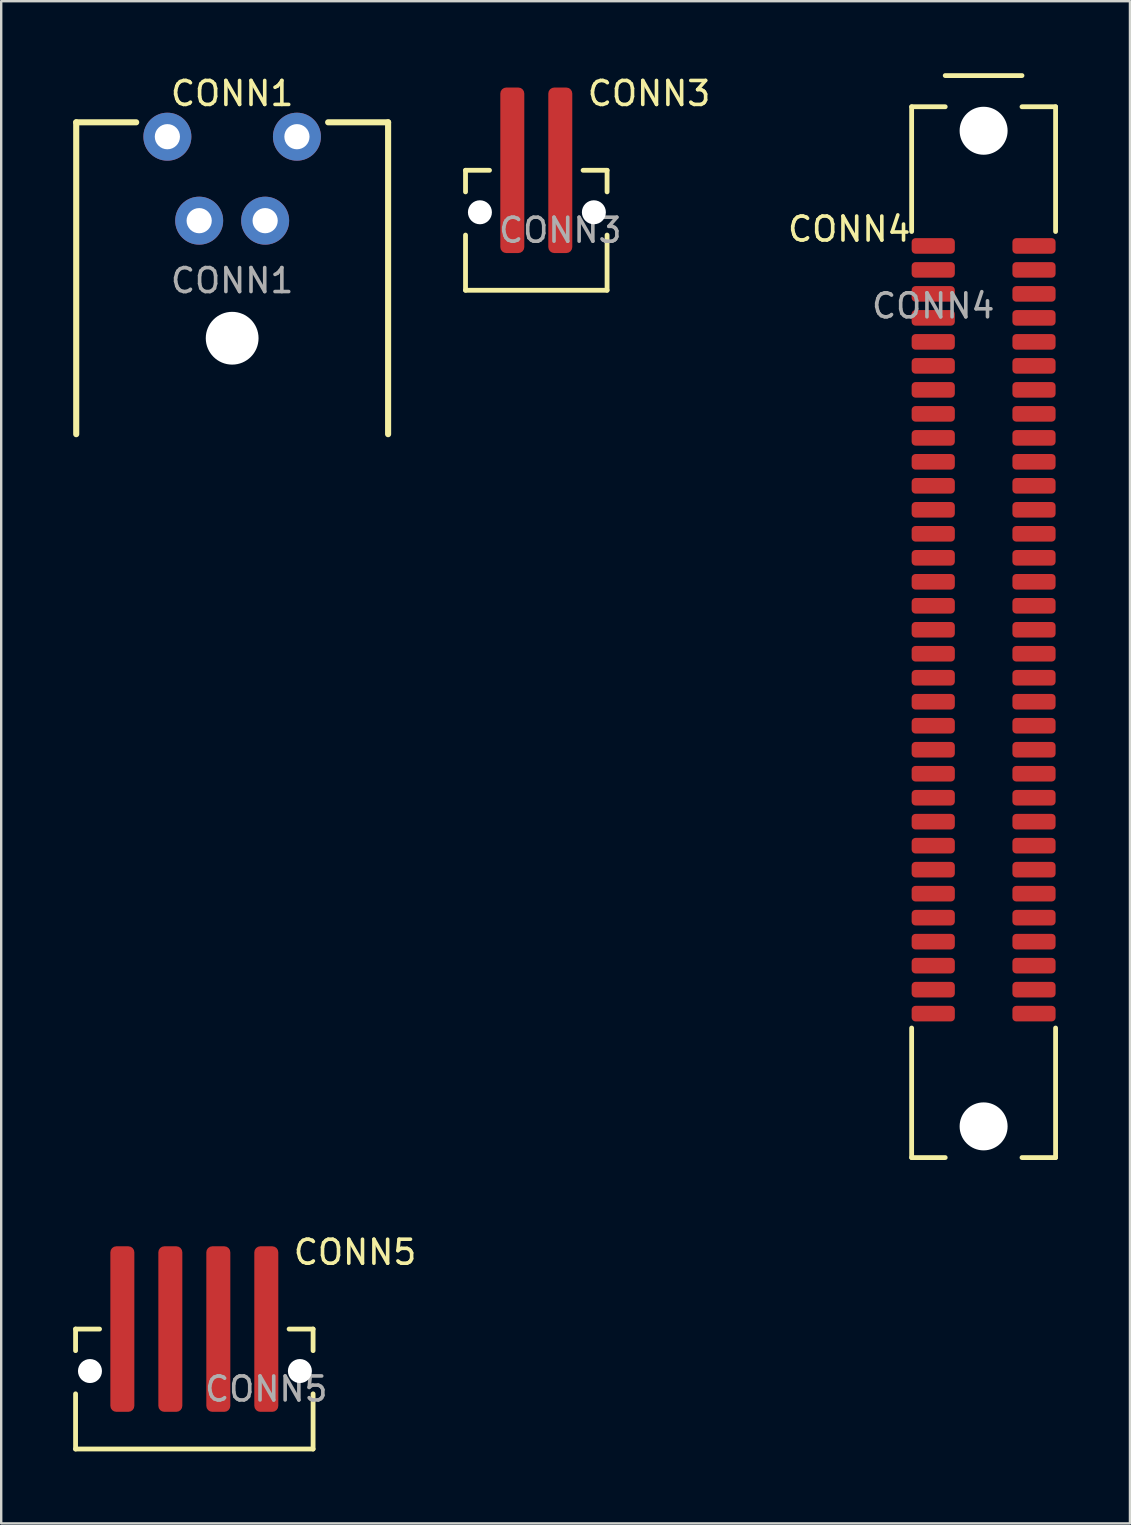
<source format=kicad_pcb>
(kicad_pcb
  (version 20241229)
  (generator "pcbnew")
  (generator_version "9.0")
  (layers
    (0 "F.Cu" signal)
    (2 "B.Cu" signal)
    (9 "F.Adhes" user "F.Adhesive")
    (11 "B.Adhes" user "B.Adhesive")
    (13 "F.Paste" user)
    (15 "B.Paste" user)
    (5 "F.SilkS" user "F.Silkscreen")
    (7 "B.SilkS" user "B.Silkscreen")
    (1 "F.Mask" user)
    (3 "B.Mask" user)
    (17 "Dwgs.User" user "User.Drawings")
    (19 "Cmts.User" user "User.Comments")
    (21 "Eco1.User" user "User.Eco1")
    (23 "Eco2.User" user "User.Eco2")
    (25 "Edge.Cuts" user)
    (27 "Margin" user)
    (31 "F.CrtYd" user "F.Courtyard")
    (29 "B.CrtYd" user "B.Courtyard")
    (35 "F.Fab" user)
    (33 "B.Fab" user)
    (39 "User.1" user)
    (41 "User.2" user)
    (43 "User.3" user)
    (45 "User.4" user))
  (footprint "CONN5"
    (layer "F.Cu")
    (at 8.05 52.348)
    (property "Reference" "CONN5" (at 3.7 -3.2 0) (unlocked yes) (layer "F.SilkS") (effects (font (size 1 1) (thickness 0.15))))
    (attr smd)
    (fp_line (start -7.95 0) (end -7.95 0.9) (stroke (width 0.2) (type default)) (layer "F.SilkS"))
    (fp_line (start -7.95 0) (end -6.95 0) (stroke (width 0.2) (type default)) (layer "F.SilkS"))
    (fp_line (start -7.95 5) (end -7.95 2.7) (stroke (width 0.2) (type default)) (layer "F.SilkS"))
    (fp_line (start 0.95 0) (end 1.95 0) (stroke (width 0.2) (type default)) (layer "F.SilkS"))
    (fp_line (start 1.95 0) (end 1.95 0.9) (stroke (width 0.2) (type default)) (layer "F.SilkS"))
    (fp_line (start 1.95 2.7) (end 1.95 5) (stroke (width 0.2) (type default)) (layer "F.SilkS"))
    (fp_line (start 1.95 5) (end -7.95 5) (stroke (width 0.2) (type default)) (layer "F.SilkS"))
    (fp_text user "${REFERENCE}" (at 0 2.5 0) (unlocked yes) (layer "F.Fab") (effects (font (size 1 1) (thickness 0.15))))
    (pad "" np_thru_hole circle (at -7.35 1.75) (size 1 1) (drill 1) (layers "*.Cu" "*.Mask"))
    (pad "" np_thru_hole circle (at 1.4 1.75) (size 1 1) (drill 1) (layers "*.Cu" "*.Mask"))
    (pad "1" smd roundrect (at 0 0) (size 1 6.9) (layers "F.Cu" "F.Mask" "F.Paste") (roundrect_rratio 0.25))
    (pad "2" smd roundrect (at -2 0) (size 1 6.9) (layers "F.Cu" "F.Mask" "F.Paste") (roundrect_rratio 0.25))
    (pad "3" smd roundrect (at -4 0) (size 1 6.9) (layers "F.Cu" "F.Mask" "F.Paste") (roundrect_rratio 0.25))
    (pad "4" smd roundrect (at -6 0) (size 1 6.9) (layers "F.Cu" "F.Mask" "F.Paste") (roundrect_rratio 0.25)))
  (footprint "CONN3"
    (layer "F.Cu")
    (at 20.304 4.048)
    (property "Reference" "CONN3" (at 3.7 -3.2 0) (unlocked yes) (layer "F.SilkS") (effects (font (size 1 1) (thickness 0.15))))
    (attr smd)
    (fp_line (start -3.95 0) (end -3.95 0.9) (stroke (width 0.2) (type default)) (layer "F.SilkS"))
    (fp_line (start -3.95 0) (end -2.95 0) (stroke (width 0.2) (type default)) (layer "F.SilkS"))
    (fp_line (start -3.95 5) (end -3.95 2.7) (stroke (width 0.2) (type default)) (layer "F.SilkS"))
    (fp_line (start 0.95 0) (end 1.95 0) (stroke (width 0.2) (type default)) (layer "F.SilkS"))
    (fp_line (start 1.95 0) (end 1.95 0.9) (stroke (width 0.2) (type default)) (layer "F.SilkS"))
    (fp_line (start 1.95 2.7) (end 1.95 5) (stroke (width 0.2) (type default)) (layer "F.SilkS"))
    (fp_line (start 1.95 5) (end -3.95 5) (stroke (width 0.2) (type default)) (layer "F.SilkS"))
    (fp_text user "${REFERENCE}" (at 0 2.5 0) (unlocked yes) (layer "F.Fab") (effects (font (size 1 1) (thickness 0.15))))
    (pad "" np_thru_hole circle (at -3.35 1.75) (size 1 1) (drill 1) (layers "*.Cu" "*.Mask"))
    (pad "" np_thru_hole circle (at 1.4 1.75) (size 1 1) (drill 1) (layers "*.Cu" "*.Mask"))
    (pad "1" smd roundrect (at 0 0) (size 1 6.9) (layers "F.Cu" "F.Mask" "F.Paste") (roundrect_rratio 0.25))
    (pad "2" smd roundrect (at -2 0) (size 1 6.9) (layers "F.Cu" "F.Mask" "F.Paste") (roundrect_rratio 0.25)))
  (footprint "CONN1"
    (layer "F.Cu")
    (at 6.627 6.148)
    (property "Reference" "CONN1" (at 0 -5.3 0) (unlocked yes) (layer "F.SilkS") (effects (font (size 1 1) (thickness 0.15))))
    (attr through_hole)
    (fp_line (start -6.5 -4.1) (end -6.5 8.9) (stroke (width 0.254) (type default)) (layer "F.SilkS"))
    (fp_line (start -4 -4.1) (end -6.5 -4.1) (stroke (width 0.254) (type default)) (layer "F.SilkS"))
    (fp_line (start 6.5 -4.1) (end 4 -4.1) (stroke (width 0.254) (type default)) (layer "F.SilkS"))
    (fp_line (start 6.5 -4.1) (end 6.5 8.9) (stroke (width 0.254) (type default)) (layer "F.SilkS"))
    (fp_text user "${REFERENCE}" (at 0 2.5 0) (unlocked yes) (layer "F.Fab") (effects (font (size 1 1) (thickness 0.15))))
    (pad "" np_thru_hole circle (at 0 4.9) (size 2.2 2.2) (drill 2.2) (layers "*.Cu" "*.Mask"))
    (pad "1" thru_hole circle (at -2.7 -3.5) (size 2 2) (drill 1.05) (layers "*.Cu" "*.Mask"))
    (pad "2" thru_hole circle (at -1.375 0) (size 2 2) (drill 1.05) (layers "*.Cu" "*.Mask"))
    (pad "3" thru_hole circle (at 1.375 0) (size 2 2) (drill 1.05) (layers "*.Cu" "*.Mask"))
    (pad "4" thru_hole circle (at 2.7 -3.5) (size 2 2) (drill 1.05) (layers "*.Cu" "*.Mask")))
  (footprint "CONN4"
    (layer "F.Cu")
    (at 35.849 7.2)
    (property "Reference" "CONN4" (at -3.5 -0.7 0) (unlocked yes) (layer "F.SilkS") (effects (font (size 1 1) (thickness 0.15))))
    (attr smd)
    (fp_line (start -0.9 -5.8) (end 0.5 -5.8) (stroke (width 0.2) (type default)) (layer "F.SilkS"))
    (fp_line (start -0.9 -0.6) (end -0.9 -5.8) (stroke (width 0.2) (type default)) (layer "F.SilkS"))
    (fp_line (start -0.9 32.6) (end -0.9 38) (stroke (width 0.2) (type default)) (layer "F.SilkS"))
    (fp_line (start 0.5 -7.1) (end 3.7 -7.1) (stroke (width 0.2) (type default)) (layer "F.SilkS"))
    (fp_line (start 0.5 38) (end -0.9 38) (stroke (width 0.2) (type default)) (layer "F.SilkS"))
    (fp_line (start 3.7 -5.8) (end 5.1 -5.8) (stroke (width 0.2) (type default)) (layer "F.SilkS"))
    (fp_line (start 5.1 -0.6) (end 5.1 -5.8) (stroke (width 0.2) (type default)) (layer "F.SilkS"))
    (fp_line (start 5.1 32.6) (end 5.1 38) (stroke (width 0.2) (type default)) (layer "F.SilkS"))
    (fp_line (start 5.1 38) (end 3.7 38) (stroke (width 0.2) (type default)) (layer "F.SilkS"))
    (fp_text user "${REFERENCE}" (at 0 2.5 0) (unlocked yes) (layer "F.Fab") (effects (font (size 1 1) (thickness 0.15))))
    (pad "" np_thru_hole circle (at 2.1 -4.8) (size 2 2) (drill 2) (layers "*.Cu" "*.Mask"))
    (pad "" np_thru_hole circle (at 2.1 36.7 180) (size 2 2) (drill 2) (layers "*.Cu" "*.Mask"))
    (pad "1" smd roundrect (at 0 0) (size 1.8 0.65) (layers "F.Cu" "F.Mask" "F.Paste") (roundrect_rratio 0.25))
    (pad "2" smd roundrect (at 0 1) (size 1.8 0.65) (layers "F.Cu" "F.Mask" "F.Paste") (roundrect_rratio 0.25))
    (pad "3" smd roundrect (at 0 2) (size 1.8 0.65) (layers "F.Cu" "F.Mask" "F.Paste") (roundrect_rratio 0.25))
    (pad "4" smd roundrect (at 0 3) (size 1.8 0.65) (layers "F.Cu" "F.Mask" "F.Paste") (roundrect_rratio 0.25))
    (pad "5" smd roundrect (at 0 4) (size 1.8 0.65) (layers "F.Cu" "F.Mask" "F.Paste") (roundrect_rratio 0.25))
    (pad "6" smd roundrect (at 0 5) (size 1.8 0.65) (layers "F.Cu" "F.Mask" "F.Paste") (roundrect_rratio 0.25))
    (pad "7" smd roundrect (at 0 6) (size 1.8 0.65) (layers "F.Cu" "F.Mask" "F.Paste") (roundrect_rratio 0.25))
    (pad "8" smd roundrect (at 0 7) (size 1.8 0.65) (layers "F.Cu" "F.Mask" "F.Paste") (roundrect_rratio 0.25))
    (pad "9" smd roundrect (at 0 8) (size 1.8 0.65) (layers "F.Cu" "F.Mask" "F.Paste") (roundrect_rratio 0.25))
    (pad "10" smd roundrect (at 0 9) (size 1.8 0.65) (layers "F.Cu" "F.Mask" "F.Paste") (roundrect_rratio 0.25))
    (pad "11" smd roundrect (at 0 10) (size 1.8 0.65) (layers "F.Cu" "F.Mask" "F.Paste") (roundrect_rratio 0.25))
    (pad "12" smd roundrect (at 0 11) (size 1.8 0.65) (layers "F.Cu" "F.Mask" "F.Paste") (roundrect_rratio 0.25))
    (pad "13" smd roundrect (at 0 12) (size 1.8 0.65) (layers "F.Cu" "F.Mask" "F.Paste") (roundrect_rratio 0.25))
    (pad "14" smd roundrect (at 0 13) (size 1.8 0.65) (layers "F.Cu" "F.Mask" "F.Paste") (roundrect_rratio 0.25))
    (pad "15" smd roundrect (at 0 14) (size 1.8 0.65) (layers "F.Cu" "F.Mask" "F.Paste") (roundrect_rratio 0.25))
    (pad "16" smd roundrect (at 0 15) (size 1.8 0.65) (layers "F.Cu" "F.Mask" "F.Paste") (roundrect_rratio 0.25))
    (pad "17" smd roundrect (at 0 16) (size 1.8 0.65) (layers "F.Cu" "F.Mask" "F.Paste") (roundrect_rratio 0.25))
    (pad "18" smd roundrect (at 0 17) (size 1.8 0.65) (layers "F.Cu" "F.Mask" "F.Paste") (roundrect_rratio 0.25))
    (pad "19" smd roundrect (at 0 18) (size 1.8 0.65) (layers "F.Cu" "F.Mask" "F.Paste") (roundrect_rratio 0.25))
    (pad "20" smd roundrect (at 0 19) (size 1.8 0.65) (layers "F.Cu" "F.Mask" "F.Paste") (roundrect_rratio 0.25))
    (pad "21" smd roundrect (at 0 20) (size 1.8 0.65) (layers "F.Cu" "F.Mask" "F.Paste") (roundrect_rratio 0.25))
    (pad "22" smd roundrect (at 0 21) (size 1.8 0.65) (layers "F.Cu" "F.Mask" "F.Paste") (roundrect_rratio 0.25))
    (pad "23" smd roundrect (at 0 22) (size 1.8 0.65) (layers "F.Cu" "F.Mask" "F.Paste") (roundrect_rratio 0.25))
    (pad "24" smd roundrect (at 0 23) (size 1.8 0.65) (layers "F.Cu" "F.Mask" "F.Paste") (roundrect_rratio 0.25))
    (pad "25" smd roundrect (at 0 24) (size 1.8 0.65) (layers "F.Cu" "F.Mask" "F.Paste") (roundrect_rratio 0.25))
    (pad "26" smd roundrect (at 0 25) (size 1.8 0.65) (layers "F.Cu" "F.Mask" "F.Paste") (roundrect_rratio 0.25))
    (pad "27" smd roundrect (at 0 26) (size 1.8 0.65) (layers "F.Cu" "F.Mask" "F.Paste") (roundrect_rratio 0.25))
    (pad "28" smd roundrect (at 0 27) (size 1.8 0.65) (layers "F.Cu" "F.Mask" "F.Paste") (roundrect_rratio 0.25))
    (pad "29" smd roundrect (at 0 28) (size 1.8 0.65) (layers "F.Cu" "F.Mask" "F.Paste") (roundrect_rratio 0.25))
    (pad "30" smd roundrect (at 0 29) (size 1.8 0.65) (layers "F.Cu" "F.Mask" "F.Paste") (roundrect_rratio 0.25))
    (pad "31" smd roundrect (at 0 30) (size 1.8 0.65) (layers "F.Cu" "F.Mask" "F.Paste") (roundrect_rratio 0.25))
    (pad "32" smd roundrect (at 0 31) (size 1.8 0.65) (layers "F.Cu" "F.Mask" "F.Paste") (roundrect_rratio 0.25))
    (pad "33" smd roundrect (at 0 32) (size 1.8 0.65) (layers "F.Cu" "F.Mask" "F.Paste") (roundrect_rratio 0.25))
    (pad "34" smd roundrect (at 4.2 0) (size 1.8 0.65) (layers "F.Cu" "F.Mask" "F.Paste") (roundrect_rratio 0.25))
    (pad "35" smd roundrect (at 4.2 1) (size 1.8 0.65) (layers "F.Cu" "F.Mask" "F.Paste") (roundrect_rratio 0.25))
    (pad "36" smd roundrect (at 4.2 2) (size 1.8 0.65) (layers "F.Cu" "F.Mask" "F.Paste") (roundrect_rratio 0.25))
    (pad "37" smd roundrect (at 4.2 3) (size 1.8 0.65) (layers "F.Cu" "F.Mask" "F.Paste") (roundrect_rratio 0.25))
    (pad "38" smd roundrect (at 4.2 4) (size 1.8 0.65) (layers "F.Cu" "F.Mask" "F.Paste") (roundrect_rratio 0.25))
    (pad "39" smd roundrect (at 4.2 5) (size 1.8 0.65) (layers "F.Cu" "F.Mask" "F.Paste") (roundrect_rratio 0.25))
    (pad "40" smd roundrect (at 4.2 6) (size 1.8 0.65) (layers "F.Cu" "F.Mask" "F.Paste") (roundrect_rratio 0.25))
    (pad "41" smd roundrect (at 4.2 7) (size 1.8 0.65) (layers "F.Cu" "F.Mask" "F.Paste") (roundrect_rratio 0.25))
    (pad "42" smd roundrect (at 4.2 8) (size 1.8 0.65) (layers "F.Cu" "F.Mask" "F.Paste") (roundrect_rratio 0.25))
    (pad "43" smd roundrect (at 4.2 9) (size 1.8 0.65) (layers "F.Cu" "F.Mask" "F.Paste") (roundrect_rratio 0.25))
    (pad "44" smd roundrect (at 4.2 10) (size 1.8 0.65) (layers "F.Cu" "F.Mask" "F.Paste") (roundrect_rratio 0.25))
    (pad "45" smd roundrect (at 4.2 11) (size 1.8 0.65) (layers "F.Cu" "F.Mask" "F.Paste") (roundrect_rratio 0.25))
    (pad "46" smd roundrect (at 4.2 12) (size 1.8 0.65) (layers "F.Cu" "F.Mask" "F.Paste") (roundrect_rratio 0.25))
    (pad "47" smd roundrect (at 4.2 13) (size 1.8 0.65) (layers "F.Cu" "F.Mask" "F.Paste") (roundrect_rratio 0.25))
    (pad "48" smd roundrect (at 4.2 14) (size 1.8 0.65) (layers "F.Cu" "F.Mask" "F.Paste") (roundrect_rratio 0.25))
    (pad "49" smd roundrect (at 4.2 15) (size 1.8 0.65) (layers "F.Cu" "F.Mask" "F.Paste") (roundrect_rratio 0.25))
    (pad "50" smd roundrect (at 4.2 16) (size 1.8 0.65) (layers "F.Cu" "F.Mask" "F.Paste") (roundrect_rratio 0.25))
    (pad "51" smd roundrect (at 4.2 17) (size 1.8 0.65) (layers "F.Cu" "F.Mask" "F.Paste") (roundrect_rratio 0.25))
    (pad "52" smd roundrect (at 4.2 18) (size 1.8 0.65) (layers "F.Cu" "F.Mask" "F.Paste") (roundrect_rratio 0.25))
    (pad "53" smd roundrect (at 4.2 19) (size 1.8 0.65) (layers "F.Cu" "F.Mask" "F.Paste") (roundrect_rratio 0.25))
    (pad "54" smd roundrect (at 4.2 20) (size 1.8 0.65) (layers "F.Cu" "F.Mask" "F.Paste") (roundrect_rratio 0.25))
    (pad "55" smd roundrect (at 4.2 21) (size 1.8 0.65) (layers "F.Cu" "F.Mask" "F.Paste") (roundrect_rratio 0.25))
    (pad "56" smd roundrect (at 4.2 22) (size 1.8 0.65) (layers "F.Cu" "F.Mask" "F.Paste") (roundrect_rratio 0.25))
    (pad "57" smd roundrect (at 4.2 23) (size 1.8 0.65) (layers "F.Cu" "F.Mask" "F.Paste") (roundrect_rratio 0.25))
    (pad "58" smd roundrect (at 4.2 24) (size 1.8 0.65) (layers "F.Cu" "F.Mask" "F.Paste") (roundrect_rratio 0.25))
    (pad "59" smd roundrect (at 4.2 25) (size 1.8 0.65) (layers "F.Cu" "F.Mask" "F.Paste") (roundrect_rratio 0.25))
    (pad "60" smd roundrect (at 4.2 26) (size 1.8 0.65) (layers "F.Cu" "F.Mask" "F.Paste") (roundrect_rratio 0.25))
    (pad "61" smd roundrect (at 4.2 27) (size 1.8 0.65) (layers "F.Cu" "F.Mask" "F.Paste") (roundrect_rratio 0.25))
    (pad "62" smd roundrect (at 4.2 28) (size 1.8 0.65) (layers "F.Cu" "F.Mask" "F.Paste") (roundrect_rratio 0.25))
    (pad "63" smd roundrect (at 4.2 29) (size 1.8 0.65) (layers "F.Cu" "F.Mask" "F.Paste") (roundrect_rratio 0.25))
    (pad "64" smd roundrect (at 4.2 30) (size 1.8 0.65) (layers "F.Cu" "F.Mask" "F.Paste") (roundrect_rratio 0.25))
    (pad "65" smd roundrect (at 4.2 31) (size 1.8 0.65) (layers "F.Cu" "F.Mask" "F.Paste") (roundrect_rratio 0.25))
    (pad "66" smd roundrect (at 4.2 32) (size 1.8 0.65) (layers "F.Cu" "F.Mask" "F.Paste") (roundrect_rratio 0.25)))
  (gr_rect
    (start -3 -3)
    (end 44.049 60.448)
    (stroke (width 0.1) (type default))
    (fill no)
    (layer "Edge.Cuts")))
</source>
